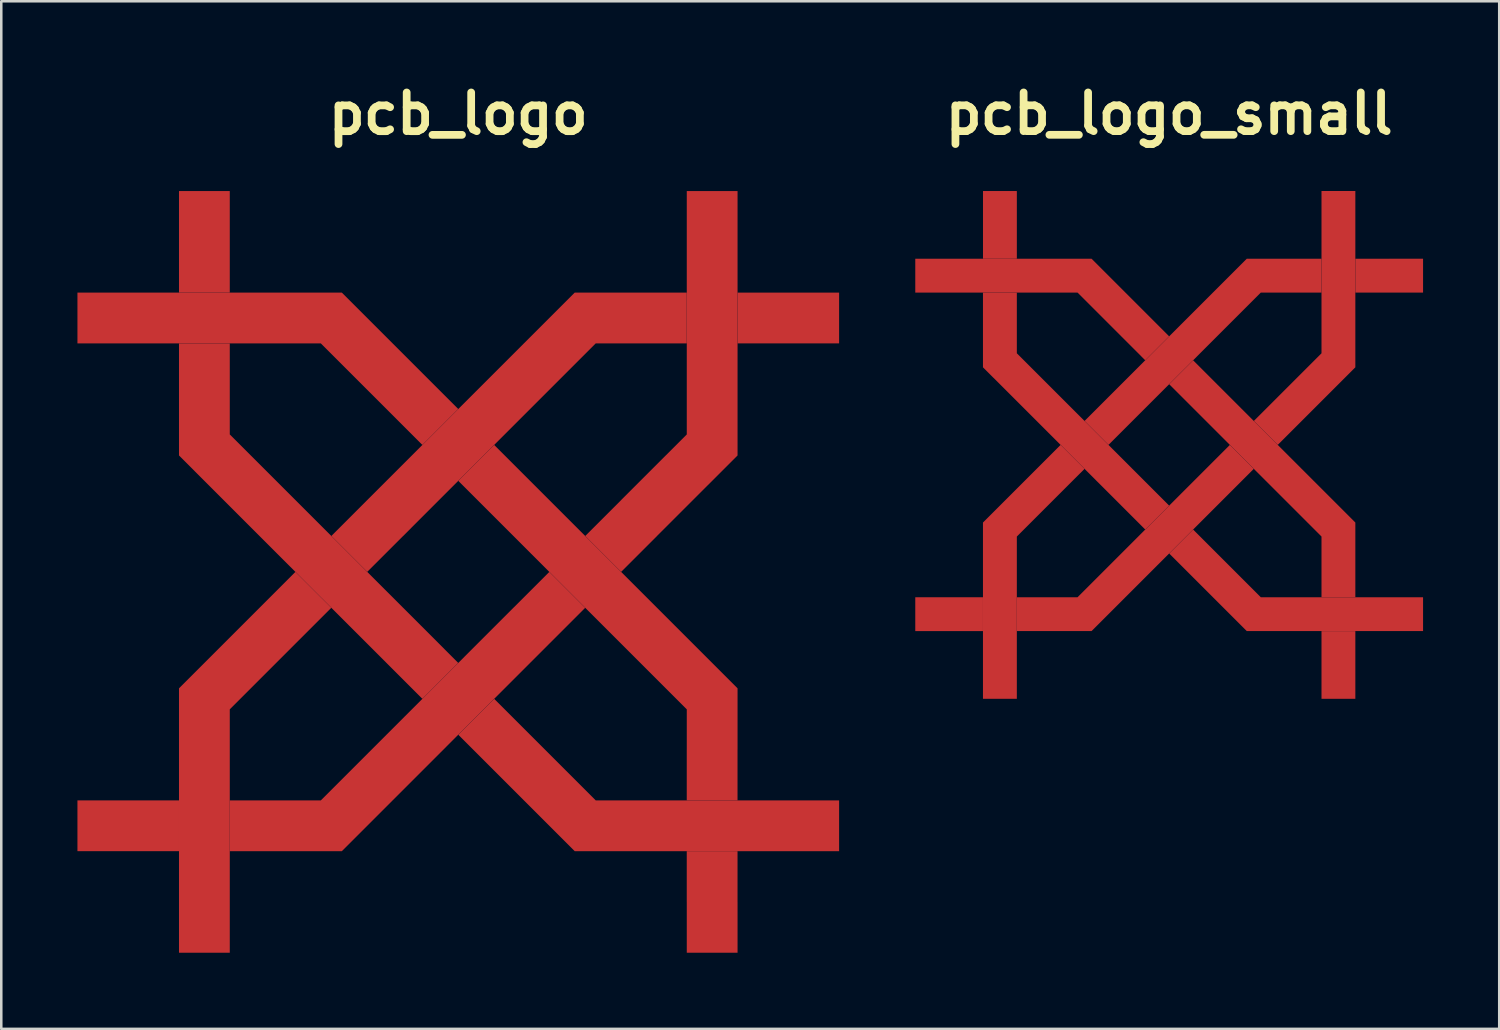
<source format=kicad_pcb>
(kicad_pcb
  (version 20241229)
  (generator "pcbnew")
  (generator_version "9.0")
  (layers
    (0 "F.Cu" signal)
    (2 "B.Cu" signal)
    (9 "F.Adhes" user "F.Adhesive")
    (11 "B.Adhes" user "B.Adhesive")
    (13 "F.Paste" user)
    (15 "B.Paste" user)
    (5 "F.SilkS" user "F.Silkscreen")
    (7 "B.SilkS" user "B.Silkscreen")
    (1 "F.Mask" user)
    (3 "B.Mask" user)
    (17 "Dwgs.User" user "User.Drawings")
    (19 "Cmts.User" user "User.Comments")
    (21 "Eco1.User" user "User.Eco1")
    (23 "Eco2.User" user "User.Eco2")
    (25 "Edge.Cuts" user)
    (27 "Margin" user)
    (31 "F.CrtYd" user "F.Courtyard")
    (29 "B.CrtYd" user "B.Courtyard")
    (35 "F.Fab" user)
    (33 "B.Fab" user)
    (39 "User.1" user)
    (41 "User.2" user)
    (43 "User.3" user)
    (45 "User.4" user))
  (footprint "pcb_logo_small"
    (layer "F.Cu")
    (at 43 14.474)
    (property "Reference" "pcb_logo_small" (at 0 -13.048 0) (layer "F.SilkS") (effects (font (size 1.524 1.524) (thickness 0.305))))
    (attr smd)
    (fp_poly (pts (xy -6 -10) (xy -7.333 -10) (xy -7.333 -7.333) (xy -6 -7.333) (xy -6 -10)) (stroke (width 0) (type solid)) (fill yes) (layer "F.Cu"))
    (fp_poly (pts (xy -10 -7.334) (xy -10 -6) (xy -3.609 -6) (xy -0.943 -3.333) (xy 0 -4.276) (xy -3.057 -7.334) (xy -10 -7.334)) (stroke (width 0) (type solid)) (fill yes) (layer "F.Cu"))
    (fp_poly (pts (xy -10 6) (xy -10 7.333) (xy -8.667 7.333) (xy -7.334 7.333) (xy -7.334 6) (xy -8.667 6) (xy -10 6)) (stroke (width 0) (type solid)) (fill yes) (layer "F.Cu"))
    (fp_poly (pts (xy 8.666 -7.334) (xy 8.666 -7.333) (xy 7.333 -7.333) (xy 7.333 -6) (xy 8.666 -6) (xy 10 -6) (xy 10 -7.334) (xy 8.666 -7.334)) (stroke (width 0) (type solid)) (fill yes) (layer "F.Cu"))
    (fp_poly (pts (xy 6 7.334) (xy 6 8.667) (xy 6 8.667) (xy 6 10) (xy 7.333 10) (xy 7.333 8.666) (xy 7.333 8.666) (xy 7.333 7.334) (xy 6 7.334)) (stroke (width 0) (type solid)) (fill yes) (layer "F.Cu"))
    (fp_poly (pts (xy -4.276 0) (xy -5.219 0.943) (xy -7.334 3.057) (xy -7.334 5.333) (xy -7.334 6) (xy -7.334 7.333) (xy -7.334 8) (xy -7.334 10) (xy -6 10) (xy -6 8) (xy -6 7.333) (xy -6 6) (xy -6 5.333) (xy -6 3.609) (xy -4.276 1.885) (xy -4.276 1.885) (xy -3.333 0.943) (xy -4.276 0)) (stroke (width 0) (type solid)) (fill yes) (layer "F.Cu"))
    (fp_poly (pts (xy 0.943 3.333) (xy 0 4.276) (xy 0.943 5.219) (xy 3.057 7.333) (xy 5.333 7.333) (xy 6 7.333) (xy 7.333 7.333) (xy 8 7.333) (xy 10 7.333) (xy 10 6) (xy 8 6) (xy 7.333 6) (xy 7.333 6) (xy 6 6) (xy 6 6) (xy 5.333 6) (xy 3.609 6) (xy 1.885 4.276) (xy 0.943 3.333)) (stroke (width 0) (type solid)) (fill yes) (layer "F.Cu"))
    (fp_poly (pts (xy 6 -10) (xy 6 -8) (xy 6 -7.334) (xy 6 -6) (xy 6 -5.333) (xy 6 -3.609) (xy 4.276 -1.886) (xy 4.276 -1.885) (xy 3.333 -0.943) (xy 4.276 -0.000336) (xy 4.276 0.000016) (xy 5.219 -0.943) (xy 5.219 -0.943) (xy 7.333 -3.057) (xy 7.333 -5.333) (xy 7.333 -6) (xy 7.333 -7.333) (xy 7.333 -7.334) (xy 7.333 -8) (xy 7.333 -10) (xy 6 -10)) (stroke (width 0) (type solid)) (fill yes) (layer "F.Cu"))
    (fp_poly (pts (xy 3.057 -7.334) (xy 0.471 -4.748) (xy 0 -4.276) (xy -0.943 -3.333) (xy -1.414 -2.862) (xy -2.391 -1.886) (xy -3.333 -0.943) (xy -2.391 -0.000345) (xy -1.448 -0.943) (xy -1.448 -0.943) (xy -0.472 -1.919) (xy 0.000008 -2.391) (xy 0.943 -3.333) (xy 1.414 -3.805) (xy 3.609 -6) (xy 4.666 -6) (xy 4.667 -6) (xy 6 -6) (xy 6 -7.333) (xy 4.667 -7.333) (xy 4.667 -7.334) (xy 3.057 -7.334)) (stroke (width 0) (type solid)) (fill yes) (layer "F.Cu"))
    (fp_poly (pts (xy 2.391 0) (xy 1.448 0.943) (xy 1.448 0.943) (xy 0.471 1.919) (xy -0.000008 2.391) (xy -0.000361 2.391) (xy -0.943 3.333) (xy -1.414 3.805) (xy -3.609 6) (xy -4.667 6) (xy -6 6) (xy -6 7.333) (xy -4.667 7.333) (xy -3.058 7.333) (xy -0.472 4.747) (xy -0.000361 4.276) (xy -0.000008 4.276) (xy 0.943 3.333) (xy 0.943 3.333) (xy 1.414 2.862) (xy 2.391 1.885) (xy 3.333 0.943) (xy 3.333 0.943) (xy 2.391 0)) (stroke (width 0) (type solid)) (fill yes) (layer "F.Cu"))
    (fp_poly (pts (xy -7.334 -6) (xy -7.334 -4.667) (xy -7.334 -4.666) (xy -7.334 -3.057) (xy -4.748 -0.472) (xy -4.276 -0.000336) (xy -4.276 0.000016) (xy -3.333 0.943) (xy -3.333 0.943) (xy -2.862 1.414) (xy -1.885 2.39) (xy -1.885 2.391) (xy -0.943 3.333) (xy -0.000336 2.391) (xy -0.943 1.448) (xy -1.919 0.471) (xy -2.391 0.000033) (xy -2.391 -0.00032) (xy -3.333 -0.943) (xy -3.805 -1.414) (xy -6 -3.609) (xy -6 -4.667) (xy -6 -4.667) (xy -6 -6) (xy -7.334 -6)) (stroke (width 0) (type solid)) (fill yes) (layer "F.Cu"))
    (fp_poly (pts (xy 0.943 -3.333) (xy 0 -2.391) (xy 0.943 -1.448) (xy 1.919 -0.472) (xy 2.391 0) (xy 3.333 0.943) (xy 3.333 0.943) (xy 3.805 1.414) (xy 6 3.609) (xy 6 4.667) (xy 6 4.667) (xy 6 6) (xy 6 6) (xy 7.333 6) (xy 7.333 4.667) (xy 7.333 4.667) (xy 7.333 3.057) (xy 4.747 0.471) (xy 4.276 0.000008) (xy 4.276 -0.000345) (xy 3.333 -0.943) (xy 3.333 -0.943) (xy 2.862 -1.414) (xy 1.885 -2.391) (xy 0.943 -3.333)) (stroke (width 0) (type solid)) (fill yes) (layer "F.Cu"))
    (fp_poly (pts (xy -10 6) (xy -10 7.333) (xy -8.667 7.333) (xy -8.667 6) (xy -10 6)) (stroke (width 0) (type solid)) (fill yes) (layer "F.Mask"))
    (fp_poly (pts (xy -7.334 -10) (xy -7.334 -8.667) (xy -6 -8.667) (xy -6 -10) (xy -7.334 -10)) (stroke (width 0) (type solid)) (fill yes) (layer "F.Mask"))
    (fp_poly (pts (xy 6 8.666) (xy 6 10) (xy 7.333 10) (xy 7.333 8.666) (xy 6 8.666)) (stroke (width 0) (type solid)) (fill yes) (layer "F.Mask"))
    (fp_poly (pts (xy 8.666 -7.334) (xy 8.666 -6) (xy 10 -6) (xy 10 -7.334) (xy 8.666 -7.334)) (stroke (width 0) (type solid)) (fill yes) (layer "F.Mask"))
    (fp_poly (pts (xy 3.057 -7.334) (xy 0.471 -4.748) (xy -0.943 -3.333) (xy -1.414 -2.862) (xy -2.391 -1.886) (xy -1.448 -0.943) (xy -0.472 -1.919) (xy 0 -2.391) (xy 1.414 -3.805) (xy 3.609 -6) (xy 4.667 -6) (xy 4.667 -7.334) (xy 3.057 -7.334)) (stroke (width 0) (type solid)) (fill yes) (layer "F.Mask"))
    (fp_poly (pts (xy -10 -7.334) (xy -10 -6) (xy -8 -6) (xy -7.334 -6) (xy -6 -6) (xy -5.333 -6) (xy -3.609 -6) (xy -1.885 -4.276) (xy -0.943 -5.219) (xy -3.057 -7.334) (xy -5.333 -7.334) (xy -6 -7.334) (xy -7.334 -7.334) (xy -8 -7.334) (xy -10 -7.334)) (stroke (width 0) (type solid)) (fill yes) (layer "F.Mask"))
    (fp_poly (pts (xy -7.334 -4.667) (xy -7.334 -3.057) (xy -4.748 -0.472) (xy -4.276 -0.000345) (xy -3.333 0.943) (xy -2.862 1.414) (xy -1.885 2.391) (xy -0.943 1.448) (xy -1.919 0.471) (xy -2.391 0) (xy -3.333 -0.943) (xy -3.805 -1.414) (xy -6 -3.609) (xy -6 -4.667) (xy -7.334 -4.667)) (stroke (width 0) (type solid)) (fill yes) (layer "F.Mask"))
    (fp_poly (pts (xy -5.219 0.943) (xy -7.334 3.057) (xy -7.334 5.333) (xy -7.334 6) (xy -7.334 7.333) (xy -7.334 8) (xy -7.334 10) (xy -6 10) (xy -6 8) (xy -6 7.333) (xy -6 6) (xy -6 5.333) (xy -6 3.609) (xy -4.276 1.885) (xy -5.219 0.943)) (stroke (width 0) (type solid)) (fill yes) (layer "F.Mask"))
    (fp_poly (pts (xy 1.885 -2.391) (xy 0.943 -1.448) (xy 1.919 -0.472) (xy 2.391 0) (xy 3.333 0.943) (xy 3.805 1.414) (xy 6 3.609) (xy 6 4.667) (xy 7.333 4.667) (xy 7.333 3.057) (xy 4.747 0.471) (xy 4.276 -0.000345) (xy 3.333 -0.943) (xy 2.862 -1.414) (xy 1.885 -2.391)) (stroke (width 0) (type solid)) (fill yes) (layer "F.Mask"))
    (fp_poly (pts (xy 1.885 4.276) (xy 0.943 5.219) (xy 3.057 7.333) (xy 5.333 7.333) (xy 6 7.333) (xy 7.333 7.333) (xy 8 7.333) (xy 10 7.333) (xy 10 6) (xy 8 6) (xy 7.333 6) (xy 6 6) (xy 5.333 6) (xy 3.609 6) (xy 1.885 4.276)) (stroke (width 0) (type solid)) (fill yes) (layer "F.Mask"))
    (fp_poly (pts (xy 6 -10) (xy 6 -8) (xy 6 -7.334) (xy 6 -6) (xy 6 -5.333) (xy 6 -3.609) (xy 4.276 -1.886) (xy 5.219 -0.943) (xy 7.333 -3.057) (xy 7.333 -5.333) (xy 7.333 -6) (xy 7.333 -7.334) (xy 7.333 -8) (xy 7.333 -10) (xy 6 -10)) (stroke (width 0) (type solid)) (fill yes) (layer "F.Mask"))
    (fp_poly (pts (xy 1.448 0.943) (xy 0.471 1.919) (xy 0 2.391) (xy -0.943 3.333) (xy -1.414 3.805) (xy -3.609 6) (xy -4.667 6) (xy -4.667 7.333) (xy -3.057 7.333) (xy -0.472 4.747) (xy -0.000345 4.276) (xy 0.000008 4.276) (xy 0.943 3.333) (xy 1.414 2.862) (xy 2.391 1.886) (xy 1.448 0.943)) (stroke (width 0) (type solid)) (fill yes) (layer "F.Mask")))
  (footprint "pcb_logo"
    (layer "F.Cu")
    (at 15 19.475)
    (property "Reference" "pcb_logo" (at 0 -18.048 0) (layer "F.SilkS") (effects (font (size 1.524 1.524) (thickness 0.305))))
    (attr smd)
    (fp_poly (pts (xy -15 9) (xy -15 11) (xy -13 11) (xy -11 11) (xy -11 9) (xy -13 9) (xy -15 9)) (stroke (width 0) (type solid)) (fill yes) (layer "F.Cu"))
    (fp_poly (pts (xy 13 -11) (xy 13 -11) (xy 11 -11) (xy 11 -9) (xy 13 -9) (xy 15 -9) (xy 15 -11) (xy 13 -11)) (stroke (width 0) (type solid)) (fill yes) (layer "F.Cu"))
    (fp_poly (pts (xy 8.999 11) (xy 8.999 13) (xy 9 13) (xy 9 15) (xy 11 15) (xy 11 13) (xy 10.999 13) (xy 10.999 11) (xy 8.999 11)) (stroke (width 0) (type solid)) (fill yes) (layer "F.Cu"))
    (fp_poly (pts (xy -11 -15) (xy -11 -13) (xy -11 -13) (xy -11 -11) (xy -9 -11) (xy -9 -13) (xy -11 -13) (xy -11 -13) (xy -9 -13) (xy -9 -15) (xy -11 -15)) (stroke (width 0) (type solid)) (fill yes) (layer "F.Cu"))
    (fp_poly (pts (xy -15 -11) (xy -15 -9) (xy -12 -9) (xy -11 -9) (xy -9 -9) (xy -8 -9) (xy -5.414 -9) (xy -2.828 -6.415) (xy -1.414 -5) (xy 0 -6.415) (xy -1.414 -7.828) (xy -4.586 -11) (xy -8 -11) (xy -9 -11) (xy -9 -11) (xy -11 -11) (xy -12 -11) (xy -15 -11)) (stroke (width 0) (type solid)) (fill yes) (layer "F.Cu"))
    (fp_poly (pts (xy -6.415 0) (xy -7.828 1.414) (xy -11 4.586) (xy -11 8) (xy -11 9) (xy -11 11) (xy -11 12) (xy -11 15) (xy -9 15) (xy -9 12) (xy -9 11) (xy -9 9) (xy -9 8) (xy -9 5.414) (xy -6.415 2.828) (xy -6.415 2.828) (xy -5 1.414) (xy -6.415 0)) (stroke (width 0) (type solid)) (fill yes) (layer "F.Cu"))
    (fp_poly (pts (xy 1.414 5) (xy 0 6.414) (xy 1.414 7.828) (xy 4.586 11) (xy 8 11) (xy 9 11) (xy 11 11) (xy 12 11) (xy 15 11) (xy 15 9) (xy 12 9) (xy 11 9) (xy 10.999 9) (xy 9 9) (xy 8.999 9) (xy 8 9) (xy 5.414 9) (xy 2.828 6.414) (xy 1.414 5)) (stroke (width 0) (type solid)) (fill yes) (layer "F.Cu"))
    (fp_poly (pts (xy 9 -15) (xy 9 -12) (xy 9 -11) (xy 9 -9) (xy 9 -8) (xy 9 -5.414) (xy 6.414 -2.829) (xy 6.415 -2.828) (xy 5 -1.414) (xy 6.414 -0.001) (xy 6.414 0) (xy 7.828 -1.414) (xy 7.828 -1.415) (xy 11 -4.586) (xy 11 -8) (xy 11 -9) (xy 11 -11) (xy 11 -11) (xy 11 -12) (xy 11 -15) (xy 9 -15)) (stroke (width 0) (type solid)) (fill yes) (layer "F.Cu"))
    (fp_poly (pts (xy 4.586 -11) (xy 0.707 -7.122) (xy 0 -6.415) (xy -1.414 -5) (xy -2.121 -4.293) (xy -3.586 -2.829) (xy -5 -1.414) (xy -3.586 -0.001) (xy -2.172 -1.414) (xy -2.171 -1.414) (xy -0.707 -2.879) (xy 0 -3.586) (xy 1.414 -5) (xy 2.121 -5.707) (xy 5.414 -9) (xy 7 -9) (xy 7 -9) (xy 8.999 -9) (xy 8.999 -11) (xy 7 -11) (xy 7 -11) (xy 4.586 -11)) (stroke (width 0) (type solid)) (fill yes) (layer "F.Cu"))
    (fp_poly (pts (xy 3.586 0) (xy 2.172 1.414) (xy 2.171 1.414) (xy 0.707 2.878) (xy 0 3.586) (xy -0.001 3.586) (xy -1.414 5) (xy -2.121 5.707) (xy -5.414 9) (xy -7 9) (xy -9 9) (xy -9 11) (xy -7 11) (xy -4.586 11) (xy -0.707 7.121) (xy -0.001 6.414) (xy 0 6.414) (xy 1.414 5) (xy 1.414 5) (xy 2.121 4.293) (xy 3.586 2.828) (xy 5 1.414) (xy 5 1.414) (xy 3.586 0)) (stroke (width 0) (type solid)) (fill yes) (layer "F.Cu"))
    (fp_poly (pts (xy -11 -8.999) (xy -11 -7) (xy -11 -7) (xy -11 -4.586) (xy -7.122 -0.707) (xy -6.415 -0.001) (xy -6.415 0) (xy -5 1.414) (xy -5 1.414) (xy -4.293 2.121) (xy -2.828 3.585) (xy -2.828 3.586) (xy -1.414 5) (xy -0.001 3.586) (xy -1.414 2.171) (xy -2.879 0.707) (xy -3.586 0) (xy -3.586 -0.001) (xy -5 -1.414) (xy -5.707 -2.121) (xy -9 -5.414) (xy -9 -7) (xy -9 -7) (xy -9 -8.999) (xy -11 -8.999)) (stroke (width 0) (type solid)) (fill yes) (layer "F.Cu"))
    (fp_poly (pts (xy 1.414 -5) (xy 0 -3.586) (xy 1.414 -2.172) (xy 2.878 -0.707) (xy 3.586 0) (xy 5 1.414) (xy 5 1.414) (xy 5.707 2.121) (xy 9 5.414) (xy 9 7) (xy 8.999 7) (xy 8.999 9) (xy 9 9) (xy 10.999 9) (xy 10.999 7) (xy 11 7) (xy 11 4.586) (xy 7.121 0.707) (xy 6.414 0) (xy 6.414 -0.001) (xy 5 -1.414) (xy 5 -1.414) (xy 4.293 -2.121) (xy 2.828 -3.586) (xy 1.414 -5)) (stroke (width 0) (type solid)) (fill yes) (layer "F.Cu"))
    (fp_poly (pts (xy -15 9) (xy -15 11) (xy -13 11) (xy -13 9) (xy -15 9)) (stroke (width 0) (type solid)) (fill yes) (layer "F.Mask"))
    (fp_poly (pts (xy -11 -15) (xy -11 -13) (xy -9 -13) (xy -9 -15) (xy -11 -15)) (stroke (width 0) (type solid)) (fill yes) (layer "F.Mask"))
    (fp_poly (pts (xy 9 13) (xy 9 15) (xy 11 15) (xy 11 13) (xy 9 13)) (stroke (width 0) (type solid)) (fill yes) (layer "F.Mask"))
    (fp_poly (pts (xy 13 -11) (xy 13 -9) (xy 15 -9) (xy 15 -11) (xy 13 -11)) (stroke (width 0) (type solid)) (fill yes) (layer "F.Mask"))
    (fp_poly (pts (xy 4.586 -11) (xy 0.707 -7.122) (xy -1.414 -5) (xy -2.121 -4.293) (xy -3.586 -2.829) (xy -2.171 -1.414) (xy -0.707 -2.879) (xy 0 -3.586) (xy 2.121 -5.707) (xy 5.414 -9) (xy 7 -9) (xy 7 -11) (xy 4.586 -11)) (stroke (width 0) (type solid)) (fill yes) (layer "F.Mask"))
    (fp_poly (pts (xy -15 -11) (xy -15 -9) (xy -12 -9) (xy -11 -9) (xy -9 -9) (xy -8 -9) (xy -5.414 -9) (xy -2.828 -6.415) (xy -1.414 -7.828) (xy -4.586 -11) (xy -8 -11) (xy -9 -11) (xy -11 -11) (xy -12 -11) (xy -15 -11)) (stroke (width 0) (type solid)) (fill yes) (layer "F.Mask"))
    (fp_poly (pts (xy -11 -7) (xy -11 -4.586) (xy -7.122 -0.707) (xy -6.415 -0.001) (xy -5 1.414) (xy -4.293 2.121) (xy -2.828 3.586) (xy -1.414 2.171) (xy -2.879 0.707) (xy -3.586 0) (xy -5 -1.414) (xy -5.707 -2.121) (xy -9 -5.414) (xy -9 -7) (xy -11 -7)) (stroke (width 0) (type solid)) (fill yes) (layer "F.Mask"))
    (fp_poly (pts (xy -7.828 1.414) (xy -11 4.586) (xy -11 8) (xy -11 9) (xy -11 11) (xy -11 12) (xy -11 15) (xy -9 15) (xy -9 12) (xy -9 11) (xy -9 9) (xy -9 8) (xy -9 5.414) (xy -6.414 2.828) (xy -7.828 1.414)) (stroke (width 0) (type solid)) (fill yes) (layer "F.Mask"))
    (fp_poly (pts (xy 2.828 -3.586) (xy 1.414 -2.172) (xy 2.878 -0.707) (xy 3.586 0) (xy 5 1.414) (xy 5.707 2.121) (xy 9 5.414) (xy 9 7) (xy 11 7) (xy 11 4.586) (xy 7.121 0.707) (xy 6.414 -0.001) (xy 5 -1.414) (xy 4.293 -2.121) (xy 2.828 -3.586)) (stroke (width 0) (type solid)) (fill yes) (layer "F.Mask"))
    (fp_poly (pts (xy 2.828 6.414) (xy 1.414 7.828) (xy 4.586 11) (xy 8 11) (xy 9 11) (xy 11 11) (xy 12 11) (xy 15 11) (xy 15 9) (xy 12 9) (xy 11 9) (xy 9 9) (xy 8 9) (xy 5.414 9) (xy 2.828 6.414)) (stroke (width 0) (type solid)) (fill yes) (layer "F.Mask"))
    (fp_poly (pts (xy 9 -15) (xy 9 -12) (xy 9 -11) (xy 9 -9) (xy 9 -8) (xy 9 -5.414) (xy 6.414 -2.829) (xy 7.828 -1.415) (xy 11 -4.586) (xy 11 -8) (xy 11 -9) (xy 11 -11) (xy 11 -12) (xy 11 -15) (xy 9 -15)) (stroke (width 0) (type solid)) (fill yes) (layer "F.Mask"))
    (fp_poly (pts (xy 2.172 1.414) (xy 0.707 2.878) (xy 0 3.586) (xy -1.414 5) (xy -2.121 5.707) (xy -5.414 9) (xy -7 9) (xy -7 11) (xy -4.586 11) (xy -0.707 7.121) (xy -0.001 6.414) (xy 0.000012 6.414) (xy 1.414 5) (xy 2.121 4.293) (xy 3.586 2.828) (xy 2.172 1.414)) (stroke (width 0) (type solid)) (fill yes) (layer "F.Mask")))
  (gr_rect
    (start -3 -3)
    (end 56 37.475)
    (stroke (width 0.1) (type default))
    (fill no)
    (layer "Edge.Cuts")))
</source>
